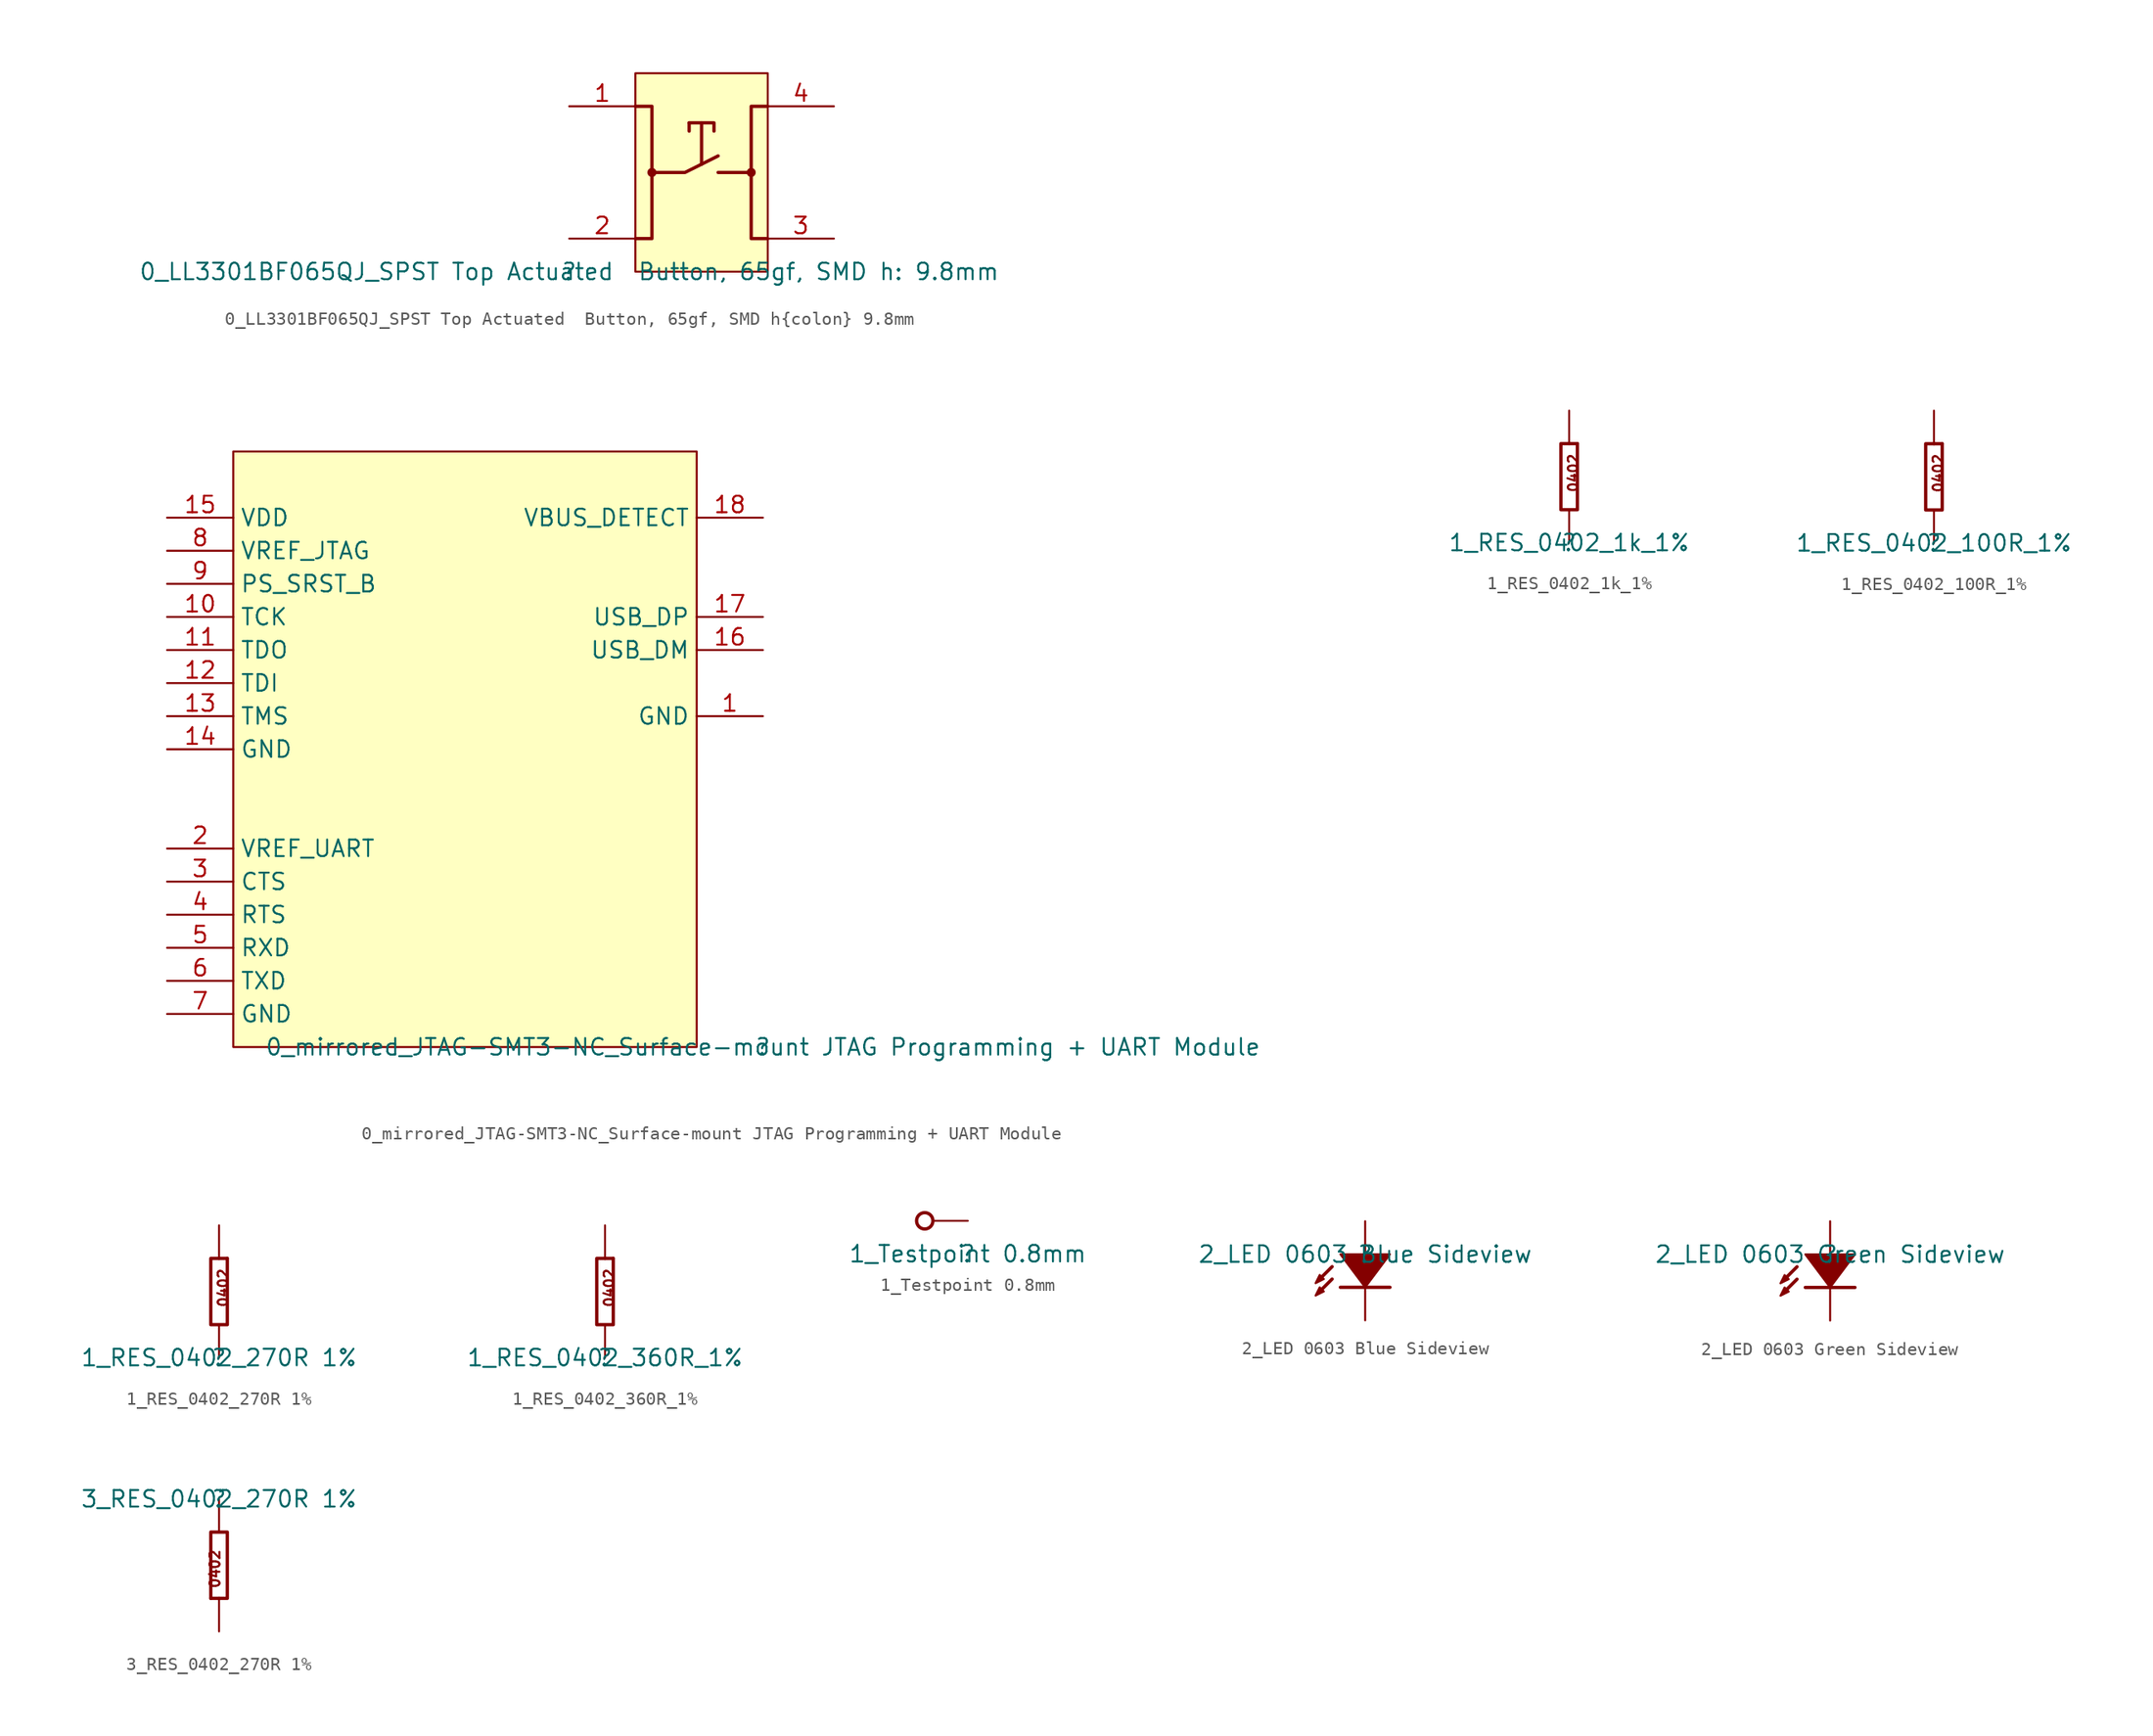
<source format=kicad_sym>
(kicad_symbol_lib
  (version 20211014)
  (generator kicad_symbol_editor)
  (symbol "0_LL3301BF065QJ_SPST Top Actuated  Button, 65gf, SMD h{colon} 9.8mm"
    (property "Reference" ""
      (at 0 0 0)
      (effects (font (size 1.27 1.27))))
    (property "Value" "0_LL3301BF065QJ_SPST Top Actuated  Button, 65gf, SMD h: 9.8mm"
      (at 0 0 0)
      (effects (font (size 1.27 1.27))))
    (symbol "0_LL3301BF065QJ_SPST Top Actuated  Button, 65gf, SMD h{colon} 9.8mm_1_0"
      (polyline (pts (xy 9.208 11.43) (xy 9.208 10.795)) (stroke (width 0.254) (type default) (color 0 0 0 0)) (fill (type none)))
      (polyline (pts (xy 10.16 8.255) (xy 10.16 11.43)) (stroke (width 0.254) (type default) (color 0 0 0 0)) (fill (type none)))
      (polyline (pts (xy 13.97 7.62) (xy 11.43 7.62)) (stroke (width 0.254) (type default) (color 0 0 0 0)) (fill (type none)))
      (polyline (pts (xy 6.35 7.62) (xy 8.89 7.62) (xy 11.43 8.89)) (stroke (width 0.254) (type default) (color 0 0 0 0)) (fill (type none)))
      (polyline (pts (xy 9.208 11.43) (xy 11.113 11.43) (xy 11.113 10.795)) (stroke (width 0.254) (type default) (color 0 0 0 0)) (fill (type none)))
      (polyline (pts (xy 5.08 12.7) (xy 6.35 12.7) (xy 6.35 2.54) (xy 5.08 2.54)) (stroke (width 0.254) (type default) (color 0 0 0 0)) (fill (type none)))
      (polyline (pts (xy 15.24 12.7) (xy 13.97 12.7) (xy 13.97 2.54) (xy 15.24 2.54)) (stroke (width 0.254) (type default) (color 0 0 0 0)) (fill (type none)))
      (circle (center 6.35 7.62) (radius 0.223) (stroke (width 0.254) (type default) (color 0 0 0 0)) (fill (type none)))
      (circle (center 13.97 7.62) (radius 0.223) (stroke (width 0.254) (type default) (color 0 0 0 0)) (fill (type none)))
      (rectangle (start 15.24 15.24) (end 5.08 0) (stroke (width 0) (type default) (color 0 0 0 0)) (fill (type background)))
      (pin passive line (at 0 12.7 0) (length 5.08) (name "1" (effects (font (size 0 0)))) (number "1" (effects (font (size 1.27 1.27)))))
      (pin passive line (at 0 2.54 0) (length 5.08) (name "2" (effects (font (size 0 0)))) (number "2" (effects (font (size 1.27 1.27)))))
      (pin passive line (at 20.32 2.54 180) (length 5.08) (name "3" (effects (font (size 0 0)))) (number "3" (effects (font (size 1.27 1.27)))))
      (pin passive line (at 20.32 12.7 180) (length 5.08) (name "4" (effects (font (size 0 0)))) (number "4" (effects (font (size 1.27 1.27)))))))
  (symbol "0_mirrored_JTAG-SMT3-NC_Surface-mount JTAG Programming + UART Module"
    (property "Reference" ""
      (at 0 0 0)
      (effects (font (size 1.27 1.27))))
    (property "Value" "0_mirrored_JTAG-SMT3-NC_Surface-mount JTAG Programming + UART Module"
      (at 0 0 0)
      (effects (font (size 1.27 1.27))))
    (symbol "0_mirrored_JTAG-SMT3-NC_Surface-mount JTAG Programming + UART Module_1_0"
      (rectangle (start -5.08 45.72) (end -40.64 0) (stroke (width 0) (type default) (color 0 0 0 0)) (fill (type background)))
      (pin passive line (at 0 25.4 180) (length 5.08) (name "GND" (effects (font (size 1.27 1.27)))) (number "1" (effects (font (size 1.27 1.27)))))
      (pin passive line (at -45.72 33.02 0) (length 5.08) (name "TCK" (effects (font (size 1.27 1.27)))) (number "10" (effects (font (size 1.27 1.27)))))
      (pin passive line (at -45.72 30.48 0) (length 5.08) (name "TDO" (effects (font (size 1.27 1.27)))) (number "11" (effects (font (size 1.27 1.27)))))
      (pin passive line (at -45.72 27.94 0) (length 5.08) (name "TDI" (effects (font (size 1.27 1.27)))) (number "12" (effects (font (size 1.27 1.27)))))
      (pin passive line (at -45.72 25.4 0) (length 5.08) (name "TMS" (effects (font (size 1.27 1.27)))) (number "13" (effects (font (size 1.27 1.27)))))
      (pin passive line (at -45.72 22.86 0) (length 5.08) (name "GND" (effects (font (size 1.27 1.27)))) (number "14" (effects (font (size 1.27 1.27)))))
      (pin passive line (at -45.72 40.64 0) (length 5.08) (name "VDD" (effects (font (size 1.27 1.27)))) (number "15" (effects (font (size 1.27 1.27)))))
      (pin passive line (at 0 30.48 180) (length 5.08) (name "USB_DM" (effects (font (size 1.27 1.27)))) (number "16" (effects (font (size 1.27 1.27)))))
      (pin passive line (at 0 33.02 180) (length 5.08) (name "USB_DP" (effects (font (size 1.27 1.27)))) (number "17" (effects (font (size 1.27 1.27)))))
      (pin passive line (at 0 40.64 180) (length 5.08) (name "VBUS_DETECT" (effects (font (size 1.27 1.27)))) (number "18" (effects (font (size 1.27 1.27)))))
      (pin passive line (at -45.72 15.24 0) (length 5.08) (name "VREF_UART" (effects (font (size 1.27 1.27)))) (number "2" (effects (font (size 1.27 1.27)))))
      (pin passive line (at -45.72 12.7 0) (length 5.08) (name "CTS" (effects (font (size 1.27 1.27)))) (number "3" (effects (font (size 1.27 1.27)))))
      (pin passive line (at -45.72 10.16 0) (length 5.08) (name "RTS" (effects (font (size 1.27 1.27)))) (number "4" (effects (font (size 1.27 1.27)))))
      (pin passive line (at -45.72 7.62 0) (length 5.08) (name "RXD" (effects (font (size 1.27 1.27)))) (number "5" (effects (font (size 1.27 1.27)))))
      (pin passive line (at -45.72 5.08 0) (length 5.08) (name "TXD" (effects (font (size 1.27 1.27)))) (number "6" (effects (font (size 1.27 1.27)))))
      (pin passive line (at -45.72 2.54 0) (length 5.08) (name "GND" (effects (font (size 1.27 1.27)))) (number "7" (effects (font (size 1.27 1.27)))))
      (pin passive line (at -45.72 38.1 0) (length 5.08) (name "VREF_JTAG" (effects (font (size 1.27 1.27)))) (number "8" (effects (font (size 1.27 1.27)))))
      (pin passive line (at -45.72 35.56 0) (length 5.08) (name "PS_SRST_B" (effects (font (size 1.27 1.27)))) (number "9" (effects (font (size 1.27 1.27)))))))
  (symbol "1_RES_0402_1k_1%"
    (property "Reference" ""
      (at 0 0 0)
      (effects (font (size 1.27 1.27))))
    (property "Value" "1_RES_0402_1k_1%"
      (at 0 0 0)
      (effects (font (size 1.27 1.27))))
    (symbol "1_RES_0402_1k_1%_1_0"
      (polyline (pts (xy 0.635 7.62) (xy 0 7.62)) (stroke (width 0.254) (type default) (color 0 0 0 0)) (fill (type none)))
      (polyline (pts (xy 0 7.62) (xy -0.635 7.62) (xy -0.635 2.54) (xy 0.635 2.54) (xy 0.635 7.62)) (stroke (width 0.254) (type default) (color 0 0 0 0)) (fill (type none)))
      (text "0402" (at 0.762 3.81 900) (effects (font (size 0.762 0.762)) (justify left bottom)))
      (pin passive line (at 0 0 90) (length 2.54) (name "1" (effects (font (size 0 0)))) (number "1" (effects (font (size 0 0)))))
      (pin passive line (at 0 10.16 270) (length 2.54) (name "2" (effects (font (size 0 0)))) (number "2" (effects (font (size 0 0)))))))
  (symbol "1_RES_0402_100R_1%"
    (property "Reference" ""
      (at 0 0 0)
      (effects (font (size 1.27 1.27))))
    (property "Value" "1_RES_0402_100R_1%"
      (at 0 0 0)
      (effects (font (size 1.27 1.27))))
    (symbol "1_RES_0402_100R_1%_1_0"
      (polyline (pts (xy 0.635 7.62) (xy 0 7.62)) (stroke (width 0.254) (type default) (color 0 0 0 0)) (fill (type none)))
      (polyline (pts (xy 0 7.62) (xy -0.635 7.62) (xy -0.635 2.54) (xy 0.635 2.54) (xy 0.635 7.62)) (stroke (width 0.254) (type default) (color 0 0 0 0)) (fill (type none)))
      (text "0402" (at 0.762 3.81 900) (effects (font (size 0.762 0.762)) (justify left bottom)))
      (pin passive line (at 0 0 90) (length 2.54) (name "1" (effects (font (size 0 0)))) (number "1" (effects (font (size 0 0)))))
      (pin passive line (at 0 10.16 270) (length 2.54) (name "2" (effects (font (size 0 0)))) (number "2" (effects (font (size 0 0)))))))
  (symbol "1_RES_0402_270R 1%"
    (property "Reference" ""
      (at 0 0 0)
      (effects (font (size 1.27 1.27))))
    (property "Value" "1_RES_0402_270R 1%"
      (at 0 0 0)
      (effects (font (size 1.27 1.27))))
    (symbol "1_RES_0402_270R 1%_1_0"
      (polyline (pts (xy 0.635 7.62) (xy 0 7.62)) (stroke (width 0.254) (type default) (color 0 0 0 0)) (fill (type none)))
      (polyline (pts (xy 0 7.62) (xy -0.635 7.62) (xy -0.635 2.54) (xy 0.635 2.54) (xy 0.635 7.62)) (stroke (width 0.254) (type default) (color 0 0 0 0)) (fill (type none)))
      (text "0402" (at 0.762 3.81 900) (effects (font (size 0.762 0.762)) (justify left bottom)))
      (pin passive line (at 0 0 90) (length 2.54) (name "1" (effects (font (size 0 0)))) (number "1" (effects (font (size 0 0)))))
      (pin passive line (at 0 10.16 270) (length 2.54) (name "2" (effects (font (size 0 0)))) (number "2" (effects (font (size 0 0)))))))
  (symbol "1_RES_0402_360R_1%"
    (property "Reference" ""
      (at 0 0 0)
      (effects (font (size 1.27 1.27))))
    (property "Value" "1_RES_0402_360R_1%"
      (at 0 0 0)
      (effects (font (size 1.27 1.27))))
    (symbol "1_RES_0402_360R_1%_1_0"
      (polyline (pts (xy 0.635 7.62) (xy 0 7.62)) (stroke (width 0.254) (type default) (color 0 0 0 0)) (fill (type none)))
      (polyline (pts (xy 0 7.62) (xy -0.635 7.62) (xy -0.635 2.54) (xy 0.635 2.54) (xy 0.635 7.62)) (stroke (width 0.254) (type default) (color 0 0 0 0)) (fill (type none)))
      (text "0402" (at 0.762 3.81 900) (effects (font (size 0.762 0.762)) (justify left bottom)))
      (pin passive line (at 0 0 90) (length 2.54) (name "1" (effects (font (size 0 0)))) (number "1" (effects (font (size 0 0)))))
      (pin passive line (at 0 10.16 270) (length 2.54) (name "2" (effects (font (size 0 0)))) (number "2" (effects (font (size 0 0)))))))
  (symbol "1_Testpoint 0.8mm"
    (property "Reference" ""
      (at 0 0 0)
      (effects (font (size 1.27 1.27))))
    (property "Value" "1_Testpoint 0.8mm"
      (at 0 0 0)
      (effects (font (size 1.27 1.27))))
    (symbol "1_Testpoint 0.8mm_1_0"
      (circle (center -3.302 2.54) (radius 0.627) (stroke (width 0.254) (type default) (color 0 0 0 0)) (fill (type none)))
      (pin passive line (at 0 2.54 180) (length 2.54) (name "GND" (effects (font (size 0 0)))) (number "1" (effects (font (size 0 0)))))))
  (symbol "2_LED 0603 Blue Sideview"
    (property "Reference" ""
      (at 0 0 0)
      (effects (font (size 1.27 1.27))))
    (property "Value" "2_LED 0603 Blue Sideview"
      (at 0 0 0)
      (effects (font (size 1.27 1.27))))
    (symbol "2_LED 0603 Blue Sideview_1_0"
      (polyline (pts (xy -2.54 -1.905) (xy -3.492 -2.857)) (stroke (width 0.254) (type default) (color 0 0 0 0)) (fill (type none)))
      (polyline (pts (xy -2.54 -0.952) (xy -3.492 -1.905)) (stroke (width 0.254) (type default) (color 0 0 0 0)) (fill (type none)))
      (polyline (pts (xy 1.905 -2.54) (xy -1.905 -2.54)) (stroke (width 0.254) (type default) (color 0 0 0 0)) (fill (type none)))
      (polyline (pts (xy -3.81 -3.175) (xy -3.175 -2.857) (xy -3.492 -2.54) (xy -3.81 -3.175)) (stroke (width 0) (type default) (color 0 0 0 0)) (fill (type outline)))
      (polyline (pts (xy -3.81 -2.222) (xy -3.175 -1.905) (xy -3.492 -1.587) (xy -3.81 -2.222)) (stroke (width 0) (type default) (color 0 0 0 0)) (fill (type outline)))
      (polyline (pts (xy -1.905 0) (xy 1.905 0) (xy 0 -2.54) (xy -1.905 0)) (stroke (width 0) (type default) (color 0 0 0 0)) (fill (type outline)))
      (pin passive line (at 0 -5.08 90) (length 2.54) (name "1" (effects (font (size 0 0)))) (number "1" (effects (font (size 0 0)))))
      (pin passive line (at 0 2.54 270) (length 2.54) (name "2" (effects (font (size 0 0)))) (number "2" (effects (font (size 0 0)))))))
  (symbol "2_LED 0603 Green Sideview"
    (property "Reference" ""
      (at 0 0 0)
      (effects (font (size 1.27 1.27))))
    (property "Value" "2_LED 0603 Green Sideview"
      (at 0 0 0)
      (effects (font (size 1.27 1.27))))
    (symbol "2_LED 0603 Green Sideview_1_0"
      (polyline (pts (xy -2.54 -1.905) (xy -3.492 -2.857)) (stroke (width 0.254) (type default) (color 0 0 0 0)) (fill (type none)))
      (polyline (pts (xy -2.54 -0.952) (xy -3.492 -1.905)) (stroke (width 0.254) (type default) (color 0 0 0 0)) (fill (type none)))
      (polyline (pts (xy 1.905 -2.54) (xy -1.905 -2.54)) (stroke (width 0.254) (type default) (color 0 0 0 0)) (fill (type none)))
      (polyline (pts (xy -3.81 -3.175) (xy -3.175 -2.857) (xy -3.492 -2.54) (xy -3.81 -3.175)) (stroke (width 0) (type default) (color 0 0 0 0)) (fill (type outline)))
      (polyline (pts (xy -3.81 -2.222) (xy -3.175 -1.905) (xy -3.492 -1.587) (xy -3.81 -2.222)) (stroke (width 0) (type default) (color 0 0 0 0)) (fill (type outline)))
      (polyline (pts (xy -1.905 0) (xy 1.905 0) (xy 0 -2.54) (xy -1.905 0)) (stroke (width 0) (type default) (color 0 0 0 0)) (fill (type outline)))
      (pin passive line (at 0 -5.08 90) (length 2.54) (name "1" (effects (font (size 0 0)))) (number "1" (effects (font (size 0 0)))))
      (pin passive line (at 0 2.54 270) (length 2.54) (name "2" (effects (font (size 0 0)))) (number "2" (effects (font (size 0 0)))))))
  (symbol "3_RES_0402_270R 1%"
    (property "Reference" ""
      (at 0 0 0)
      (effects (font (size 1.27 1.27))))
    (property "Value" "3_RES_0402_270R 1%"
      (at 0 0 0)
      (effects (font (size 1.27 1.27))))
    (symbol "3_RES_0402_270R 1%_1_0"
      (polyline (pts (xy -0.635 -7.62) (xy 0 -7.62)) (stroke (width 0.254) (type default) (color 0 0 0 0)) (fill (type none)))
      (polyline (pts (xy 0 -7.62) (xy 0.635 -7.62) (xy 0.635 -2.54) (xy -0.635 -2.54) (xy -0.635 -7.62)) (stroke (width 0.254) (type default) (color 0 0 0 0)) (fill (type none)))
      (text "0402" (at -0.762 -3.81 900) (effects (font (size 0.762 0.762)) (justify right top)))
      (pin passive line (at 0 0 270) (length 2.54) (name "1" (effects (font (size 0 0)))) (number "1" (effects (font (size 0 0)))))
      (pin passive line (at 0 -10.16 90) (length 2.54) (name "2" (effects (font (size 0 0)))) (number "2" (effects (font (size 0 0))))))))
</source>
